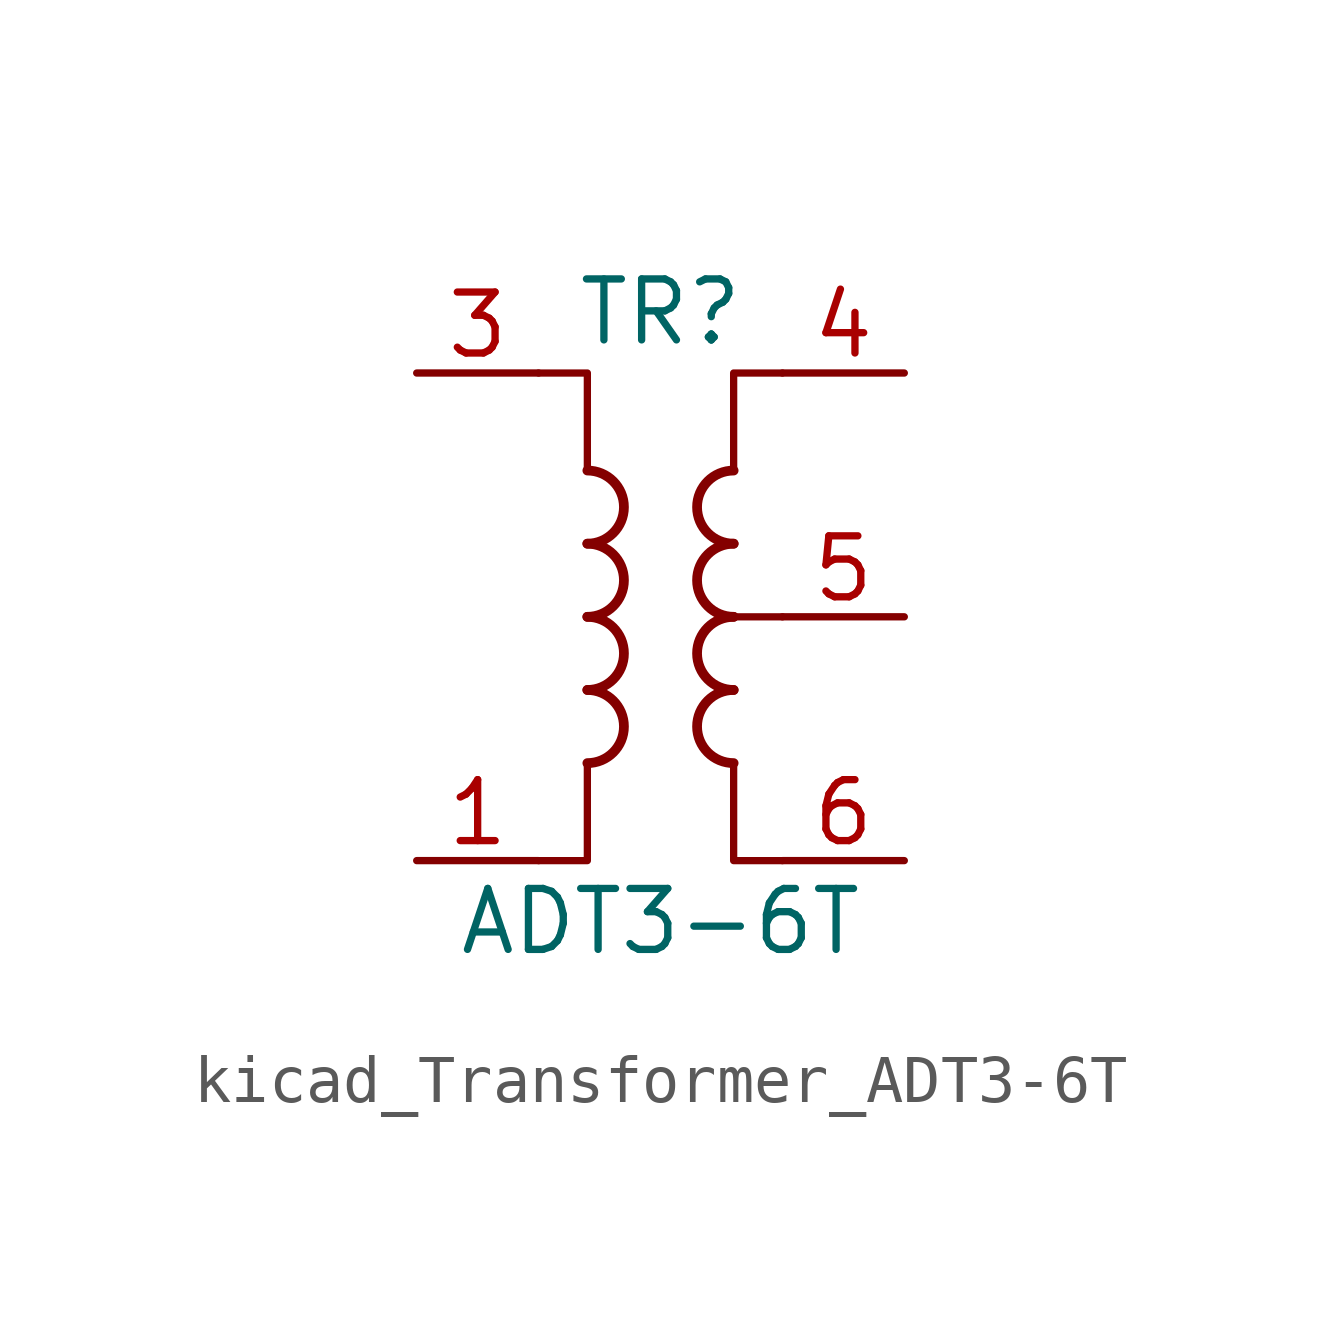
<source format=kicad_sym>
(kicad_symbol_lib
  (version 20220914)
  (generator kicad_symbol_editor)
  (symbol "kicad_Transformer_ADT3-6T"
    (pin_names hide)
    (property "Reference" "TR"
      (at 0 6.35 0)
      (effects (font (size 1.27 1.27))))
    (property "Value" "ADT3-6T"
      (at 0 -6.35 0)
      (effects (font (size 1.27 1.27))))
    (symbol "kicad_Transformer_ADT3-6T_0_1"
      (arc (start -1.524 -3.048) (mid -0.7653 -2.286) (end -1.524 -1.524) (stroke (width 0.2032) (type default)) (fill (type none)))
      (arc (start -1.524 -1.524) (mid -0.7653 -0.762) (end -1.524 0) (stroke (width 0.2032) (type default)) (fill (type none)))
      (arc (start -1.524 0) (mid -0.7653 0.762) (end -1.524 1.524) (stroke (width 0.2032) (type default)) (fill (type none)))
      (arc (start -1.524 1.524) (mid -0.7653 2.286) (end -1.524 3.048) (stroke (width 0.2032) (type default)) (fill (type none)))
      (polyline (pts (xy 2.54 0) (xy 1.27 0)) (stroke (width 0.152) (type default)) (fill (type none)))
      (polyline (pts (xy -2.54 5.08) (xy -1.524 5.08) (xy -1.524 3.048) (xy -1.524 3.048)) (stroke (width 0.152) (type default)) (fill (type none)))
      (polyline (pts (xy -1.524 -3.048) (xy -1.524 -5.08) (xy -2.54 -5.08) (xy -2.54 -5.08)) (stroke (width 0.152) (type default)) (fill (type none)))
      (polyline (pts (xy 1.524 3.048) (xy 1.524 5.08) (xy 2.54 5.08) (xy 2.54 5.08)) (stroke (width 0.152) (type default)) (fill (type none)))
      (polyline (pts (xy 2.54 -5.08) (xy 1.524 -5.08) (xy 1.524 -3.048) (xy 1.524 -3.048)) (stroke (width 0.152) (type default)) (fill (type none)))
      (arc (start 1.524 -1.524) (mid 0.7653 -2.286) (end 1.524 -3.048) (stroke (width 0.2032) (type default)) (fill (type none)))
      (arc (start 1.524 0) (mid 0.7653 -0.762) (end 1.524 -1.524) (stroke (width 0.2032) (type default)) (fill (type none)))
      (arc (start 1.524 1.524) (mid 0.7653 0.762) (end 1.524 0) (stroke (width 0.2032) (type default)) (fill (type none)))
      (arc (start 1.524 3.048) (mid 0.7653 2.286) (end 1.524 1.524) (stroke (width 0.2032) (type default)) (fill (type none))))
    (symbol "kicad_Transformer_ADT3-6T_1_1"
      (pin passive line (at -5.08 -5.08 0) (length 2.54) (name "~" (effects (font (size 1.27 1.27)))) (number "1" (effects (font (size 1.27 1.27)))))
      (pin passive line (at -5.08 5.08 0) (length 2.54) (name "~" (effects (font (size 1.27 1.27)))) (number "3" (effects (font (size 1.27 1.27)))))
      (pin passive line (at 5.08 5.08 180) (length 2.54) (name "~" (effects (font (size 1.27 1.27)))) (number "4" (effects (font (size 1.27 1.27)))))
      (pin passive line (at 5.08 0 180) (length 2.54) (name "~" (effects (font (size 1.27 1.27)))) (number "5" (effects (font (size 1.27 1.27)))))
      (pin passive line (at 5.08 -5.08 180) (length 2.54) (name "~" (effects (font (size 1.27 1.27)))) (number "6" (effects (font (size 1.27 1.27))))))))
</source>
